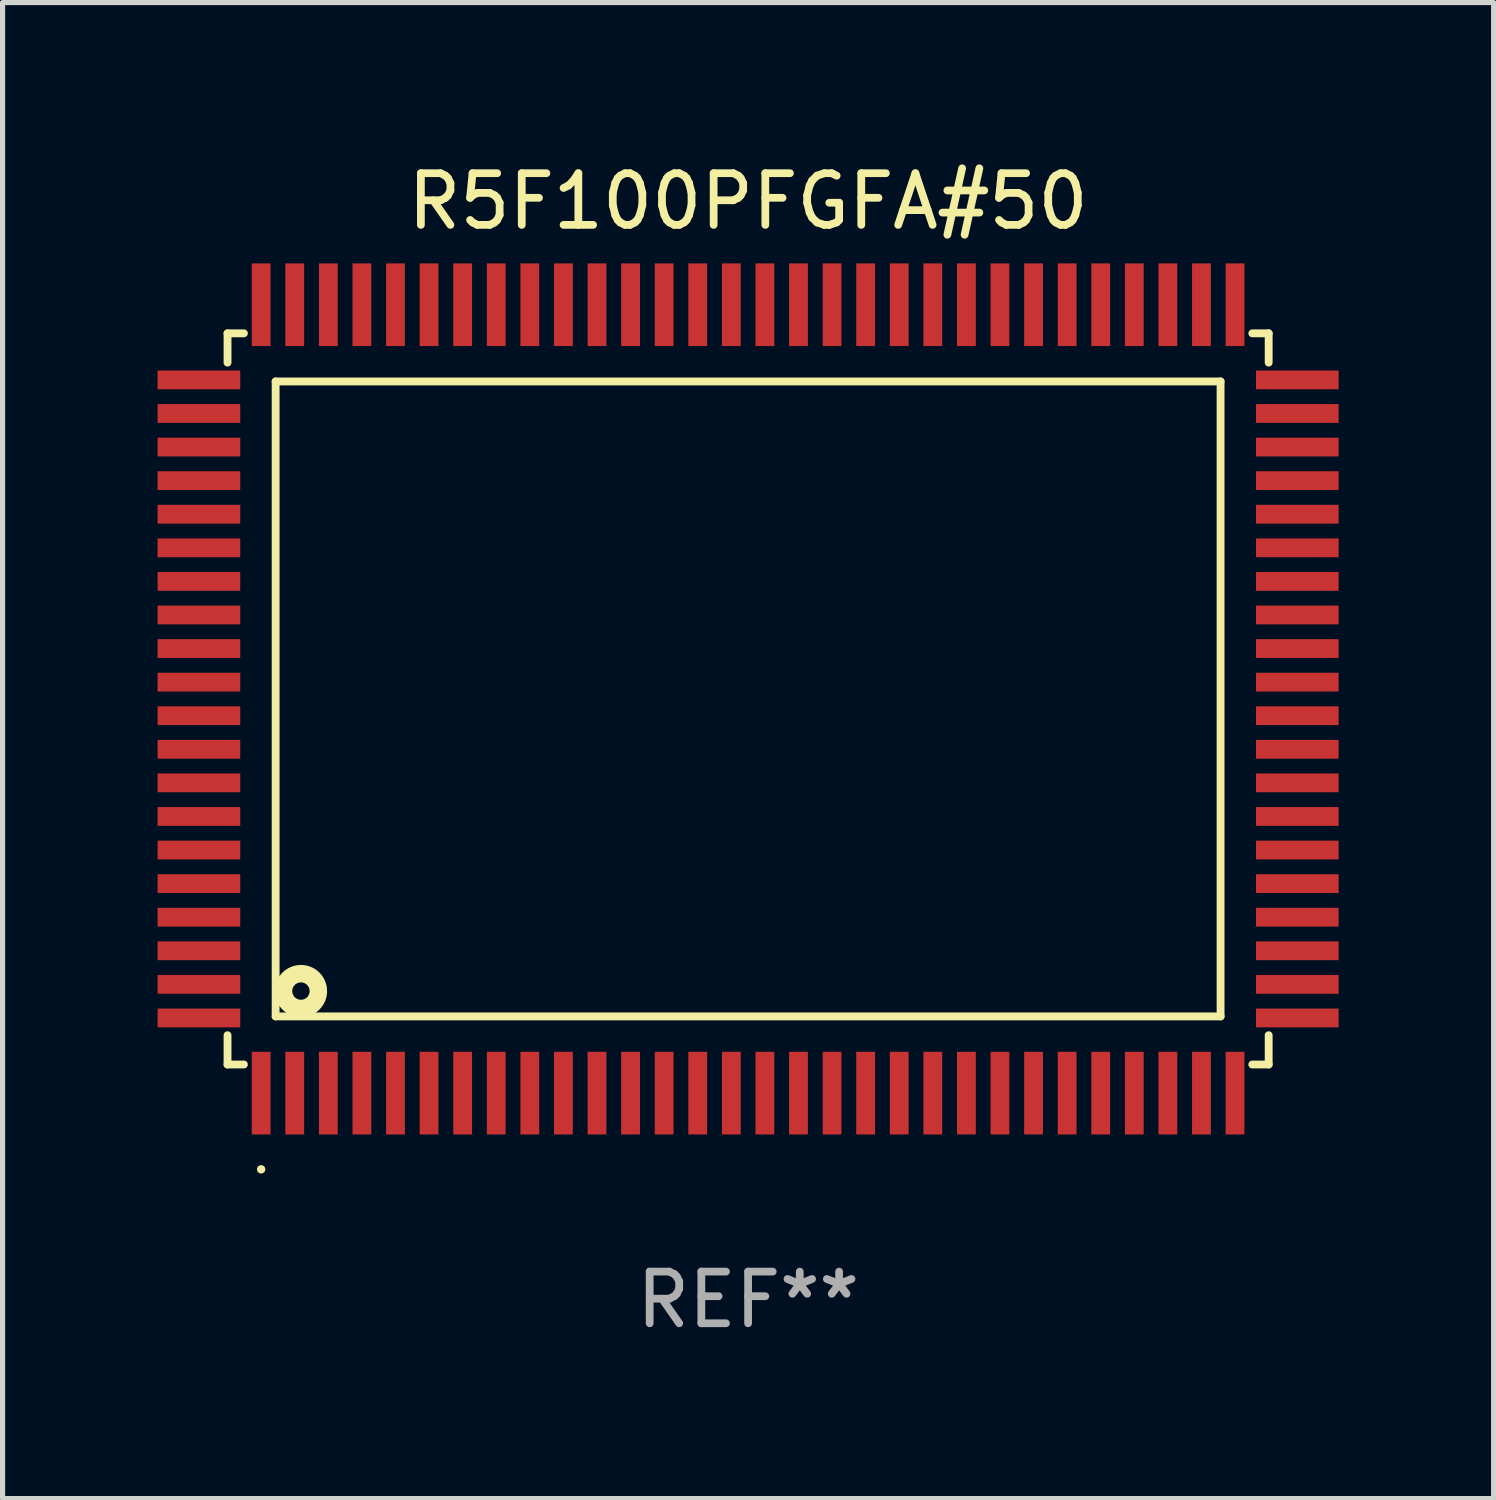
<source format=kicad_pcb>
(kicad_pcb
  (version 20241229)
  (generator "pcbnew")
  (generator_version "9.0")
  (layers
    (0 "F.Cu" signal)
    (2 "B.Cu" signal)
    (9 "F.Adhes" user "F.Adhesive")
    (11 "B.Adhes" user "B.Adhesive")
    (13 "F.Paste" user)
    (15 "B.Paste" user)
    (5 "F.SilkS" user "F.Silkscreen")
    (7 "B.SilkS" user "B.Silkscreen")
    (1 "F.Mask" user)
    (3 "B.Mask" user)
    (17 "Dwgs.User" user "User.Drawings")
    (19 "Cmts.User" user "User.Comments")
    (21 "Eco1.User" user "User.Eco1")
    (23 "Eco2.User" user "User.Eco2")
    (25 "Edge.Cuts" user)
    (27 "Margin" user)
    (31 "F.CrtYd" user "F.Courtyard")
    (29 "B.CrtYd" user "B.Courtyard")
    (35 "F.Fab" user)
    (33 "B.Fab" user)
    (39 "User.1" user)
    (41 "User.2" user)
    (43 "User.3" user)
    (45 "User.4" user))
  (footprint "R5F100PFGFA#50"
    (layer "F.Cu")
    (at 11.43 10.478)
    (property "Reference" "R5F100PFGFA#50" (at 0 -9.63 0) (layer "F.SilkS") (effects (font (size 1 1) (thickness 0.15))))
    (attr through_hole)
    (fp_line (start -10.076 -7.076) (end -10.076 -6.509) (stroke (width 0.152) (type solid)) (layer "F.SilkS"))
    (fp_line (start -10.076 7.076) (end -10.076 6.509) (stroke (width 0.152) (type solid)) (layer "F.SilkS"))
    (fp_line (start -9.759 -7.076) (end -10.076 -7.076) (stroke (width 0.152) (type solid)) (layer "F.SilkS"))
    (fp_line (start -9.759 7.076) (end -10.076 7.076) (stroke (width 0.152) (type solid)) (layer "F.SilkS"))
    (fp_line (start -9.145 -6.145) (end 9.145 -6.145) (stroke (width 0.152) (type solid)) (layer "F.SilkS"))
    (fp_line (start -9.145 6.145) (end -9.145 -6.145) (stroke (width 0.152) (type solid)) (layer "F.SilkS"))
    (fp_line (start 9.145 -6.145) (end 9.145 6.145) (stroke (width 0.152) (type solid)) (layer "F.SilkS"))
    (fp_line (start 9.145 6.145) (end -9.145 6.145) (stroke (width 0.152) (type solid)) (layer "F.SilkS"))
    (fp_line (start 9.759 -7.076) (end 10.076 -7.076) (stroke (width 0.152) (type solid)) (layer "F.SilkS"))
    (fp_line (start 9.759 7.076) (end 10.076 7.076) (stroke (width 0.152) (type solid)) (layer "F.SilkS"))
    (fp_line (start 10.076 -7.076) (end 10.076 -6.509) (stroke (width 0.152) (type solid)) (layer "F.SilkS"))
    (fp_line (start 10.076 7.076) (end 10.076 6.509) (stroke (width 0.152) (type solid)) (layer "F.SilkS"))
    (fp_circle (center -9.425 9.105) (end -9.384 9.105) (stroke (width 0.081) (type solid)) (fill no) (layer "F.SilkS"))
    (fp_circle (center -8.655 5.655) (end -8.487 5.655) (stroke (width 0.338) (type solid)) (fill no) (layer "F.SilkS"))
    (fp_text user "REF**" (at 0 11.63 0) (layer "F.Fab") (effects (font (size 1 1) (thickness 0.15))))
    (pad "1" smd rect (at -9.425 7.63) (size 0.364 1.6) (layers "F.Cu" "F.Mask" "F.Paste"))
    (pad "2" smd rect (at -8.775 7.63) (size 0.364 1.6) (layers "F.Cu" "F.Mask" "F.Paste"))
    (pad "3" smd rect (at -8.125 7.63) (size 0.364 1.6) (layers "F.Cu" "F.Mask" "F.Paste"))
    (pad "4" smd rect (at -7.475 7.63) (size 0.364 1.6) (layers "F.Cu" "F.Mask" "F.Paste"))
    (pad "5" smd rect (at -6.825 7.63) (size 0.364 1.6) (layers "F.Cu" "F.Mask" "F.Paste"))
    (pad "6" smd rect (at -6.175 7.63) (size 0.364 1.6) (layers "F.Cu" "F.Mask" "F.Paste"))
    (pad "7" smd rect (at -5.525 7.63) (size 0.364 1.6) (layers "F.Cu" "F.Mask" "F.Paste"))
    (pad "8" smd rect (at -4.875 7.63) (size 0.364 1.6) (layers "F.Cu" "F.Mask" "F.Paste"))
    (pad "9" smd rect (at -4.225 7.63) (size 0.364 1.6) (layers "F.Cu" "F.Mask" "F.Paste"))
    (pad "10" smd rect (at -3.575 7.63) (size 0.364 1.6) (layers "F.Cu" "F.Mask" "F.Paste"))
    (pad "11" smd rect (at -2.925 7.63) (size 0.364 1.6) (layers "F.Cu" "F.Mask" "F.Paste"))
    (pad "12" smd rect (at -2.275 7.63) (size 0.364 1.6) (layers "F.Cu" "F.Mask" "F.Paste"))
    (pad "13" smd rect (at -1.625 7.63) (size 0.364 1.6) (layers "F.Cu" "F.Mask" "F.Paste"))
    (pad "14" smd rect (at -0.975 7.63) (size 0.364 1.6) (layers "F.Cu" "F.Mask" "F.Paste"))
    (pad "15" smd rect (at -0.325 7.63) (size 0.364 1.6) (layers "F.Cu" "F.Mask" "F.Paste"))
    (pad "16" smd rect (at 0.325 7.63) (size 0.364 1.6) (layers "F.Cu" "F.Mask" "F.Paste"))
    (pad "17" smd rect (at 0.975 7.63) (size 0.364 1.6) (layers "F.Cu" "F.Mask" "F.Paste"))
    (pad "18" smd rect (at 1.625 7.63) (size 0.364 1.6) (layers "F.Cu" "F.Mask" "F.Paste"))
    (pad "19" smd rect (at 2.275 7.63) (size 0.364 1.6) (layers "F.Cu" "F.Mask" "F.Paste"))
    (pad "20" smd rect (at 2.925 7.63) (size 0.364 1.6) (layers "F.Cu" "F.Mask" "F.Paste"))
    (pad "21" smd rect (at 3.575 7.63) (size 0.364 1.6) (layers "F.Cu" "F.Mask" "F.Paste"))
    (pad "22" smd rect (at 4.225 7.63) (size 0.364 1.6) (layers "F.Cu" "F.Mask" "F.Paste"))
    (pad "23" smd rect (at 4.875 7.63) (size 0.364 1.6) (layers "F.Cu" "F.Mask" "F.Paste"))
    (pad "24" smd rect (at 5.525 7.63) (size 0.364 1.6) (layers "F.Cu" "F.Mask" "F.Paste"))
    (pad "25" smd rect (at 6.175 7.63) (size 0.364 1.6) (layers "F.Cu" "F.Mask" "F.Paste"))
    (pad "26" smd rect (at 6.825 7.63) (size 0.364 1.6) (layers "F.Cu" "F.Mask" "F.Paste"))
    (pad "27" smd rect (at 7.475 7.63) (size 0.364 1.6) (layers "F.Cu" "F.Mask" "F.Paste"))
    (pad "28" smd rect (at 8.125 7.63) (size 0.364 1.6) (layers "F.Cu" "F.Mask" "F.Paste"))
    (pad "29" smd rect (at 8.775 7.63) (size 0.364 1.6) (layers "F.Cu" "F.Mask" "F.Paste"))
    (pad "30" smd rect (at 9.425 7.63) (size 0.364 1.6) (layers "F.Cu" "F.Mask" "F.Paste"))
    (pad "31" smd rect (at 10.63 6.175) (size 1.6 0.364) (layers "F.Cu" "F.Mask" "F.Paste"))
    (pad "32" smd rect (at 10.63 5.525) (size 1.6 0.364) (layers "F.Cu" "F.Mask" "F.Paste"))
    (pad "33" smd rect (at 10.63 4.875) (size 1.6 0.364) (layers "F.Cu" "F.Mask" "F.Paste"))
    (pad "34" smd rect (at 10.63 4.225) (size 1.6 0.364) (layers "F.Cu" "F.Mask" "F.Paste"))
    (pad "35" smd rect (at 10.63 3.575) (size 1.6 0.364) (layers "F.Cu" "F.Mask" "F.Paste"))
    (pad "36" smd rect (at 10.63 2.925) (size 1.6 0.364) (layers "F.Cu" "F.Mask" "F.Paste"))
    (pad "37" smd rect (at 10.63 2.275) (size 1.6 0.364) (layers "F.Cu" "F.Mask" "F.Paste"))
    (pad "38" smd rect (at 10.63 1.625) (size 1.6 0.364) (layers "F.Cu" "F.Mask" "F.Paste"))
    (pad "39" smd rect (at 10.63 0.975) (size 1.6 0.364) (layers "F.Cu" "F.Mask" "F.Paste"))
    (pad "40" smd rect (at 10.63 0.325) (size 1.6 0.364) (layers "F.Cu" "F.Mask" "F.Paste"))
    (pad "41" smd rect (at 10.63 -0.325) (size 1.6 0.364) (layers "F.Cu" "F.Mask" "F.Paste"))
    (pad "42" smd rect (at 10.63 -0.975) (size 1.6 0.364) (layers "F.Cu" "F.Mask" "F.Paste"))
    (pad "43" smd rect (at 10.63 -1.625) (size 1.6 0.364) (layers "F.Cu" "F.Mask" "F.Paste"))
    (pad "44" smd rect (at 10.63 -2.275) (size 1.6 0.364) (layers "F.Cu" "F.Mask" "F.Paste"))
    (pad "45" smd rect (at 10.63 -2.925) (size 1.6 0.364) (layers "F.Cu" "F.Mask" "F.Paste"))
    (pad "46" smd rect (at 10.63 -3.575) (size 1.6 0.364) (layers "F.Cu" "F.Mask" "F.Paste"))
    (pad "47" smd rect (at 10.63 -4.225) (size 1.6 0.364) (layers "F.Cu" "F.Mask" "F.Paste"))
    (pad "48" smd rect (at 10.63 -4.875) (size 1.6 0.364) (layers "F.Cu" "F.Mask" "F.Paste"))
    (pad "49" smd rect (at 10.63 -5.525) (size 1.6 0.364) (layers "F.Cu" "F.Mask" "F.Paste"))
    (pad "50" smd rect (at 10.63 -6.175) (size 1.6 0.364) (layers "F.Cu" "F.Mask" "F.Paste"))
    (pad "51" smd rect (at 9.425 -7.63) (size 0.364 1.6) (layers "F.Cu" "F.Mask" "F.Paste"))
    (pad "52" smd rect (at 8.775 -7.63) (size 0.364 1.6) (layers "F.Cu" "F.Mask" "F.Paste"))
    (pad "53" smd rect (at 8.125 -7.63) (size 0.364 1.6) (layers "F.Cu" "F.Mask" "F.Paste"))
    (pad "54" smd rect (at 7.475 -7.63) (size 0.364 1.6) (layers "F.Cu" "F.Mask" "F.Paste"))
    (pad "55" smd rect (at 6.825 -7.63) (size 0.364 1.6) (layers "F.Cu" "F.Mask" "F.Paste"))
    (pad "56" smd rect (at 6.175 -7.63) (size 0.364 1.6) (layers "F.Cu" "F.Mask" "F.Paste"))
    (pad "57" smd rect (at 5.525 -7.63) (size 0.364 1.6) (layers "F.Cu" "F.Mask" "F.Paste"))
    (pad "58" smd rect (at 4.875 -7.63) (size 0.364 1.6) (layers "F.Cu" "F.Mask" "F.Paste"))
    (pad "59" smd rect (at 4.225 -7.63) (size 0.364 1.6) (layers "F.Cu" "F.Mask" "F.Paste"))
    (pad "60" smd rect (at 3.575 -7.63) (size 0.364 1.6) (layers "F.Cu" "F.Mask" "F.Paste"))
    (pad "61" smd rect (at 2.925 -7.63) (size 0.364 1.6) (layers "F.Cu" "F.Mask" "F.Paste"))
    (pad "62" smd rect (at 2.275 -7.63) (size 0.364 1.6) (layers "F.Cu" "F.Mask" "F.Paste"))
    (pad "63" smd rect (at 1.625 -7.63) (size 0.364 1.6) (layers "F.Cu" "F.Mask" "F.Paste"))
    (pad "64" smd rect (at 0.975 -7.63) (size 0.364 1.6) (layers "F.Cu" "F.Mask" "F.Paste"))
    (pad "65" smd rect (at 0.325 -7.63) (size 0.364 1.6) (layers "F.Cu" "F.Mask" "F.Paste"))
    (pad "66" smd rect (at -0.325 -7.63) (size 0.364 1.6) (layers "F.Cu" "F.Mask" "F.Paste"))
    (pad "67" smd rect (at -0.975 -7.63) (size 0.364 1.6) (layers "F.Cu" "F.Mask" "F.Paste"))
    (pad "68" smd rect (at -1.625 -7.63) (size 0.364 1.6) (layers "F.Cu" "F.Mask" "F.Paste"))
    (pad "69" smd rect (at -2.275 -7.63) (size 0.364 1.6) (layers "F.Cu" "F.Mask" "F.Paste"))
    (pad "70" smd rect (at -2.925 -7.63) (size 0.364 1.6) (layers "F.Cu" "F.Mask" "F.Paste"))
    (pad "71" smd rect (at -3.575 -7.63) (size 0.364 1.6) (layers "F.Cu" "F.Mask" "F.Paste"))
    (pad "72" smd rect (at -4.225 -7.63) (size 0.364 1.6) (layers "F.Cu" "F.Mask" "F.Paste"))
    (pad "73" smd rect (at -4.875 -7.63) (size 0.364 1.6) (layers "F.Cu" "F.Mask" "F.Paste"))
    (pad "74" smd rect (at -5.525 -7.63) (size 0.364 1.6) (layers "F.Cu" "F.Mask" "F.Paste"))
    (pad "75" smd rect (at -6.175 -7.63) (size 0.364 1.6) (layers "F.Cu" "F.Mask" "F.Paste"))
    (pad "76" smd rect (at -6.825 -7.63) (size 0.364 1.6) (layers "F.Cu" "F.Mask" "F.Paste"))
    (pad "77" smd rect (at -7.475 -7.63) (size 0.364 1.6) (layers "F.Cu" "F.Mask" "F.Paste"))
    (pad "78" smd rect (at -8.125 -7.63) (size 0.364 1.6) (layers "F.Cu" "F.Mask" "F.Paste"))
    (pad "79" smd rect (at -8.775 -7.63) (size 0.364 1.6) (layers "F.Cu" "F.Mask" "F.Paste"))
    (pad "80" smd rect (at -9.425 -7.63) (size 0.364 1.6) (layers "F.Cu" "F.Mask" "F.Paste"))
    (pad "81" smd rect (at -10.63 -6.175) (size 1.6 0.364) (layers "F.Cu" "F.Mask" "F.Paste"))
    (pad "82" smd rect (at -10.63 -5.525) (size 1.6 0.364) (layers "F.Cu" "F.Mask" "F.Paste"))
    (pad "83" smd rect (at -10.63 -4.875) (size 1.6 0.364) (layers "F.Cu" "F.Mask" "F.Paste"))
    (pad "84" smd rect (at -10.63 -4.225) (size 1.6 0.364) (layers "F.Cu" "F.Mask" "F.Paste"))
    (pad "85" smd rect (at -10.63 -3.575) (size 1.6 0.364) (layers "F.Cu" "F.Mask" "F.Paste"))
    (pad "86" smd rect (at -10.63 -2.925) (size 1.6 0.364) (layers "F.Cu" "F.Mask" "F.Paste"))
    (pad "87" smd rect (at -10.63 -2.275) (size 1.6 0.364) (layers "F.Cu" "F.Mask" "F.Paste"))
    (pad "88" smd rect (at -10.63 -1.625) (size 1.6 0.364) (layers "F.Cu" "F.Mask" "F.Paste"))
    (pad "89" smd rect (at -10.63 -0.975) (size 1.6 0.364) (layers "F.Cu" "F.Mask" "F.Paste"))
    (pad "90" smd rect (at -10.63 -0.325) (size 1.6 0.364) (layers "F.Cu" "F.Mask" "F.Paste"))
    (pad "91" smd rect (at -10.63 0.325) (size 1.6 0.364) (layers "F.Cu" "F.Mask" "F.Paste"))
    (pad "92" smd rect (at -10.63 0.975) (size 1.6 0.364) (layers "F.Cu" "F.Mask" "F.Paste"))
    (pad "93" smd rect (at -10.63 1.625) (size 1.6 0.364) (layers "F.Cu" "F.Mask" "F.Paste"))
    (pad "94" smd rect (at -10.63 2.275) (size 1.6 0.364) (layers "F.Cu" "F.Mask" "F.Paste"))
    (pad "95" smd rect (at -10.63 2.925) (size 1.6 0.364) (layers "F.Cu" "F.Mask" "F.Paste"))
    (pad "96" smd rect (at -10.63 3.575) (size 1.6 0.364) (layers "F.Cu" "F.Mask" "F.Paste"))
    (pad "97" smd rect (at -10.63 4.225) (size 1.6 0.364) (layers "F.Cu" "F.Mask" "F.Paste"))
    (pad "98" smd rect (at -10.63 4.875) (size 1.6 0.364) (layers "F.Cu" "F.Mask" "F.Paste"))
    (pad "99" smd rect (at -10.63 5.525) (size 1.6 0.364) (layers "F.Cu" "F.Mask" "F.Paste"))
    (pad "100" smd rect (at -10.63 6.175) (size 1.6 0.364) (layers "F.Cu" "F.Mask" "F.Paste")))
  (gr_rect
    (start -3 -3)
    (end 25.86 25.956)
    (stroke (width 0.1) (type default))
    (fill no)
    (layer "Edge.Cuts")))
</source>
